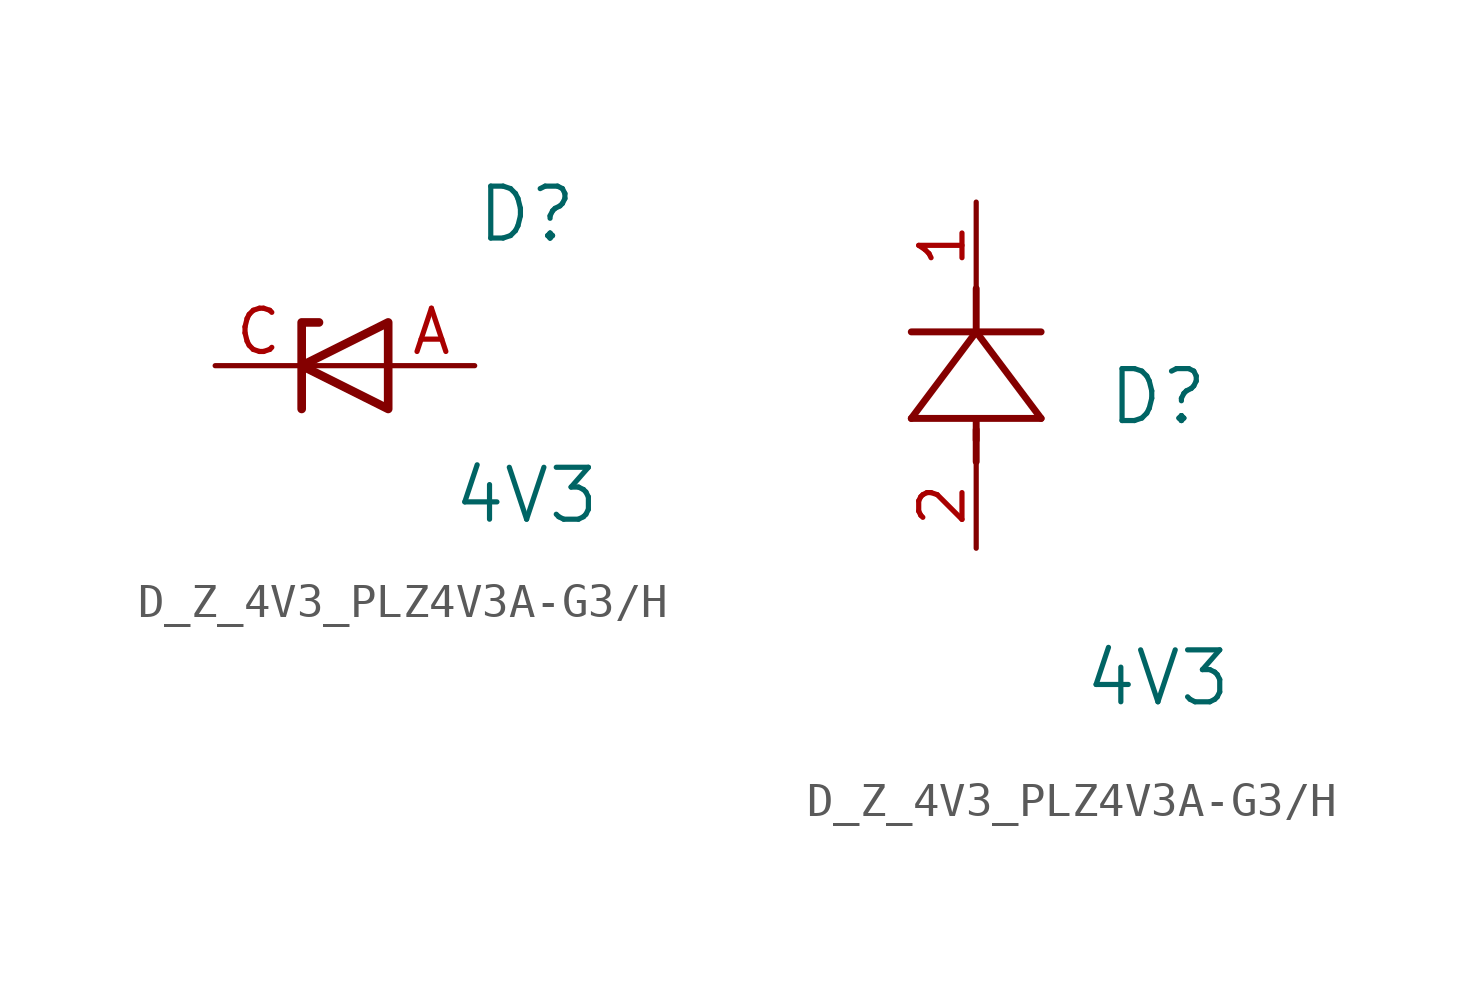
<source format=kicad_sym>
(kicad_symbol_lib
  (version 20220914)
  (generator kicad_symbol_editor)
  (symbol "D_Z_4V3_PLZ4V3A-G3/H"
    (pin_names
      (offset 0.254))
    (property "Reference" "D"
      (at 5.334 4.445 0)
      (effects (font (size 1.524 1.524))))
    (property "Value" "4V3"
      (at 5.334 -3.81 0)
      (effects (font (size 1.524 1.524))))
    (symbol "D_Z_4V3_PLZ4V3A-G3/H_0_1"
      (polyline (pts (xy 1.27 0) (xy -1.27 0)) (stroke (width 0) (type default)) (fill (type none)))
      (polyline (pts (xy -1.27 -1.27) (xy -1.27 1.27) (xy -0.762 1.27)) (stroke (width 0.254) (type default)) (fill (type none)))
      (polyline (pts (xy 1.27 -1.27) (xy 1.27 1.27) (xy -1.27 0) (xy 1.27 -1.27)) (stroke (width 0.254) (type default)) (fill (type none))))
    (symbol "D_Z_4V3_PLZ4V3A-G3/H_1_1"
      (pin passive line (at 3.81 0 180) (length 2.54) (name "" (effects (font (size 1.27 1.27)))) (number "A" (effects (font (size 1.27 1.27)))))
      (pin passive line (at -3.81 0 0) (length 2.54) (name "" (effects (font (size 1.27 1.27)))) (number "C" (effects (font (size 1.27 1.27))))))
    (symbol "D_Z_4V3_PLZ4V3A-G3/H_1_2"
      (polyline (pts (xy -1.905 3.81) (xy 1.905 3.81)) (stroke (width 0.203) (type default)) (fill (type none)))
      (polyline (pts (xy 0 2.54) (xy 0 3.48)) (stroke (width 0.203) (type default)) (fill (type none)))
      (polyline (pts (xy 0 3.175) (xy 0 3.81)) (stroke (width 0.203) (type default)) (fill (type none)))
      (polyline (pts (xy 0 6.35) (xy -1.905 3.81)) (stroke (width 0.203) (type default)) (fill (type none)))
      (polyline (pts (xy 0 6.35) (xy 0 7.62)) (stroke (width 0.203) (type default)) (fill (type none)))
      (polyline (pts (xy 1.905 3.81) (xy 0 6.35)) (stroke (width 0.203) (type default)) (fill (type none)))
      (polyline (pts (xy 1.905 6.35) (xy -1.905 6.35)) (stroke (width 0.203) (type default)) (fill (type none)))
      (pin unspecified line (at 0 10.16 270) (length 2.54) (name "" (effects (font (size 1.27 1.27)))) (number "1" (effects (font (size 1.27 1.27)))))
      (pin unspecified line (at 0 0 90) (length 2.54) (name "" (effects (font (size 1.27 1.27)))) (number "2" (effects (font (size 1.27 1.27))))))))
</source>
